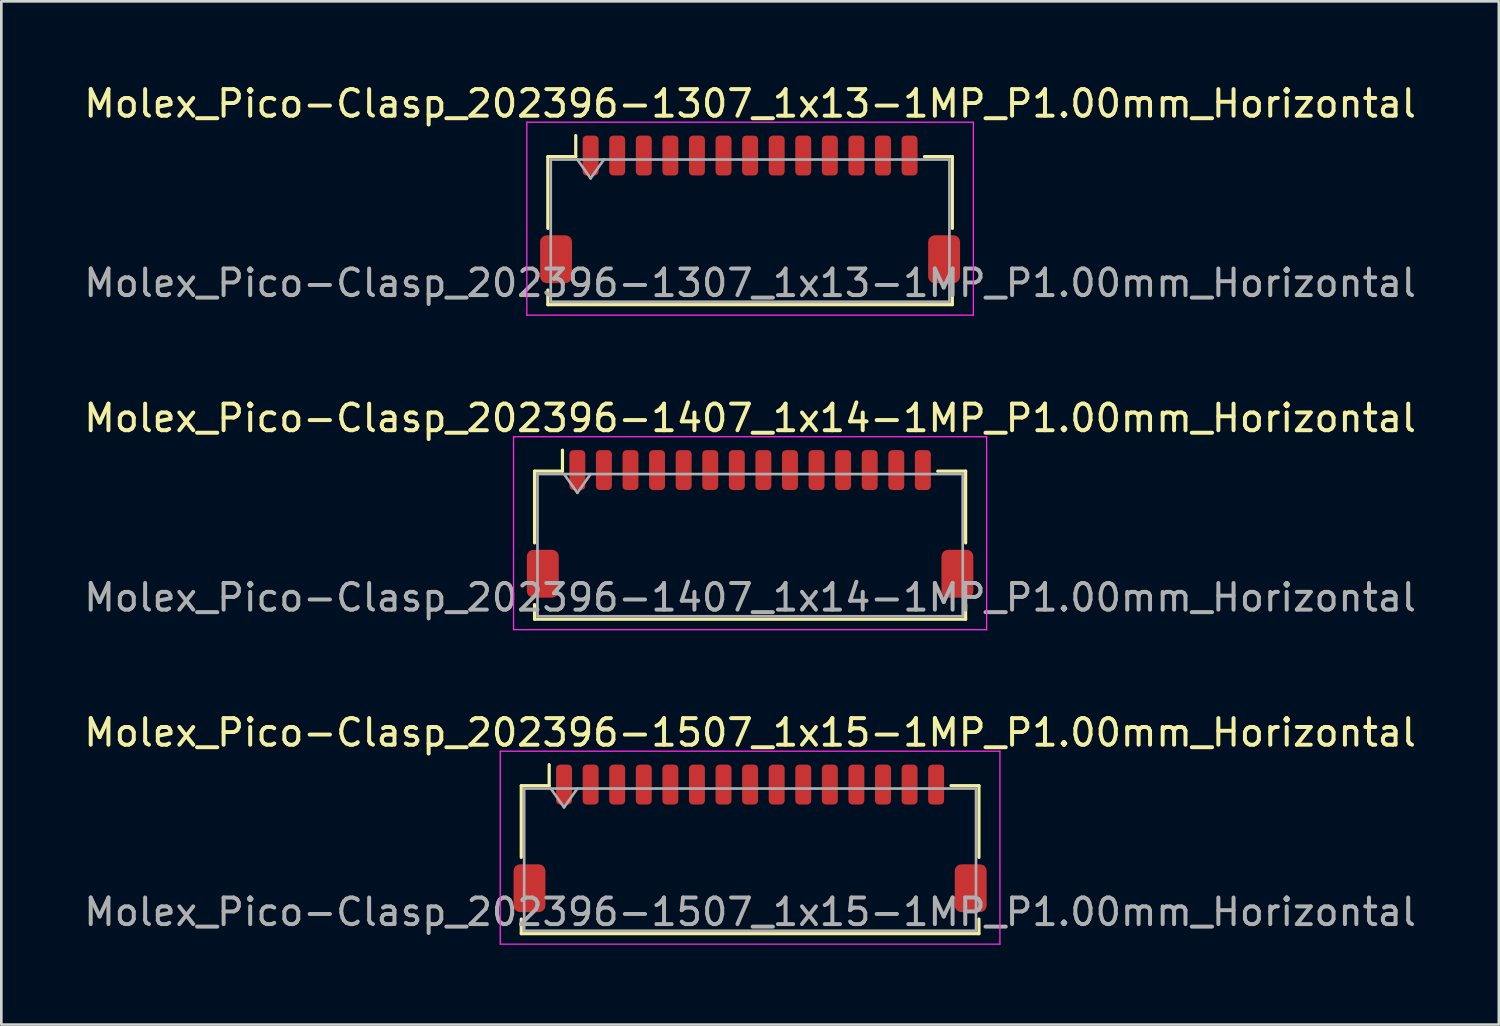
<source format=kicad_pcb>
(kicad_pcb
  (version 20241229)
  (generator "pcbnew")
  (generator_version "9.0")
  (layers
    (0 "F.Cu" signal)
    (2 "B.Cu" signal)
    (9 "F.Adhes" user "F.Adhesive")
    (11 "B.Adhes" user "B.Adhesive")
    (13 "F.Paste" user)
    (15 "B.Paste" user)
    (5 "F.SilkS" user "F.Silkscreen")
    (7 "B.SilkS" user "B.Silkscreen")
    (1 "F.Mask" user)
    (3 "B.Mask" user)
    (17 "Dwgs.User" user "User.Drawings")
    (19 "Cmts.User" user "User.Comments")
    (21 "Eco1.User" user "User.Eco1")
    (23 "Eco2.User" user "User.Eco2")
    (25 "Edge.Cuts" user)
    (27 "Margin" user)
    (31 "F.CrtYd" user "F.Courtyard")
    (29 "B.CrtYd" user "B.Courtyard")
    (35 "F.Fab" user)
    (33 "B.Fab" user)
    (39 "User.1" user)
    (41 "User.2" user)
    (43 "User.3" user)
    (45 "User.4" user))
  (footprint "Molex_Pico-Clasp_202396-1507_1x15-1MP_P1.00mm_Horizontal"
    (layer "F.Cu")
    (at 25.173 28.495)
    (property "Reference" "Molex_Pico-Clasp_202396-1507_1x15-1MP_P1.00mm_Horizontal" (at 0 -3.98 0) (layer "F.SilkS") (effects (font (size 1 1) (thickness 0.15))))
    (attr smd)
    (fp_line (start -8.61 -1.985) (end -7.56 -1.985) (stroke (width 0.12) (type solid)) (layer "F.SilkS"))
    (fp_line (start -8.61 0.715) (end -8.61 -1.985) (stroke (width 0.12) (type solid)) (layer "F.SilkS"))
    (fp_line (start -8.61 3.035) (end -8.61 3.585) (stroke (width 0.12) (type solid)) (layer "F.SilkS"))
    (fp_line (start -8.61 3.585) (end 8.61 3.585) (stroke (width 0.12) (type solid)) (layer "F.SilkS"))
    (fp_line (start -7.56 -1.985) (end -7.56 -2.775) (stroke (width 0.12) (type solid)) (layer "F.SilkS"))
    (fp_line (start 8.61 -1.985) (end 7.56 -1.985) (stroke (width 0.12) (type solid)) (layer "F.SilkS"))
    (fp_line (start 8.61 0.715) (end 8.61 -1.985) (stroke (width 0.12) (type solid)) (layer "F.SilkS"))
    (fp_line (start 8.61 3.585) (end 8.61 3.035) (stroke (width 0.12) (type solid)) (layer "F.SilkS"))
    (fp_line (start -9.4 -3.28) (end -9.4 3.98) (stroke (width 0.05) (type solid)) (layer "F.CrtYd"))
    (fp_line (start -9.4 3.98) (end 9.4 3.98) (stroke (width 0.05) (type solid)) (layer "F.CrtYd"))
    (fp_line (start 9.4 -3.28) (end -9.4 -3.28) (stroke (width 0.05) (type solid)) (layer "F.CrtYd"))
    (fp_line (start 9.4 3.98) (end 9.4 -3.28) (stroke (width 0.05) (type solid)) (layer "F.CrtYd"))
    (fp_line (start -8.5 -1.875) (end -8.5 3.475) (stroke (width 0.1) (type solid)) (layer "F.Fab"))
    (fp_line (start -8.5 -1.875) (end 8.5 -1.875) (stroke (width 0.1) (type solid)) (layer "F.Fab"))
    (fp_line (start -8.5 3.475) (end 8.5 3.475) (stroke (width 0.1) (type solid)) (layer "F.Fab"))
    (fp_line (start -7.5 -1.875) (end -7 -1.168) (stroke (width 0.1) (type solid)) (layer "F.Fab"))
    (fp_line (start -7 -1.168) (end -6.5 -1.875) (stroke (width 0.1) (type solid)) (layer "F.Fab"))
    (fp_line (start 8.5 -1.875) (end 8.5 3.475) (stroke (width 0.1) (type solid)) (layer "F.Fab"))
    (fp_text user "${REFERENCE}" (at 0 2.77 0) (layer "F.Fab") (effects (font (size 1 1) (thickness 0.15))))
    (pad "1" smd roundrect (at -7 -2.025) (size 0.6 1.5) (layers "F.Cu" "F.Mask" "F.Paste") (roundrect_rratio 0.25))
    (pad "2" smd roundrect (at -6 -2.025) (size 0.6 1.5) (layers "F.Cu" "F.Mask" "F.Paste") (roundrect_rratio 0.25))
    (pad "3" smd roundrect (at -5 -2.025) (size 0.6 1.5) (layers "F.Cu" "F.Mask" "F.Paste") (roundrect_rratio 0.25))
    (pad "4" smd roundrect (at -4 -2.025) (size 0.6 1.5) (layers "F.Cu" "F.Mask" "F.Paste") (roundrect_rratio 0.25))
    (pad "5" smd roundrect (at -3 -2.025) (size 0.6 1.5) (layers "F.Cu" "F.Mask" "F.Paste") (roundrect_rratio 0.25))
    (pad "6" smd roundrect (at -2 -2.025) (size 0.6 1.5) (layers "F.Cu" "F.Mask" "F.Paste") (roundrect_rratio 0.25))
    (pad "7" smd roundrect (at -1 -2.025) (size 0.6 1.5) (layers "F.Cu" "F.Mask" "F.Paste") (roundrect_rratio 0.25))
    (pad "8" smd roundrect (at 0 -2.025) (size 0.6 1.5) (layers "F.Cu" "F.Mask" "F.Paste") (roundrect_rratio 0.25))
    (pad "9" smd roundrect (at 1 -2.025) (size 0.6 1.5) (layers "F.Cu" "F.Mask" "F.Paste") (roundrect_rratio 0.25))
    (pad "10" smd roundrect (at 2 -2.025) (size 0.6 1.5) (layers "F.Cu" "F.Mask" "F.Paste") (roundrect_rratio 0.25))
    (pad "11" smd roundrect (at 3 -2.025) (size 0.6 1.5) (layers "F.Cu" "F.Mask" "F.Paste") (roundrect_rratio 0.25))
    (pad "12" smd roundrect (at 4 -2.025) (size 0.6 1.5) (layers "F.Cu" "F.Mask" "F.Paste") (roundrect_rratio 0.25))
    (pad "13" smd roundrect (at 5 -2.025) (size 0.6 1.5) (layers "F.Cu" "F.Mask" "F.Paste") (roundrect_rratio 0.25))
    (pad "14" smd roundrect (at 6 -2.025) (size 0.6 1.5) (layers "F.Cu" "F.Mask" "F.Paste") (roundrect_rratio 0.25))
    (pad "15" smd roundrect (at 7 -2.025) (size 0.6 1.5) (layers "F.Cu" "F.Mask" "F.Paste") (roundrect_rratio 0.25))
    (pad "MP" smd roundrect (at -8.3 1.875) (size 1.2 1.8) (layers "F.Cu" "F.Mask" "F.Paste") (roundrect_rratio 0.208))
    (pad "MP" smd roundrect (at 8.3 1.875) (size 1.2 1.8) (layers "F.Cu" "F.Mask" "F.Paste") (roundrect_rratio 0.208)))
  (footprint "Molex_Pico-Clasp_202396-1307_1x13-1MP_P1.00mm_Horizontal"
    (layer "F.Cu")
    (at 25.173 4.828)
    (property "Reference" "Molex_Pico-Clasp_202396-1307_1x13-1MP_P1.00mm_Horizontal" (at 0 -3.98 0) (layer "F.SilkS") (effects (font (size 1 1) (thickness 0.15))))
    (attr smd)
    (fp_line (start -7.61 -1.985) (end -6.56 -1.985) (stroke (width 0.12) (type solid)) (layer "F.SilkS"))
    (fp_line (start -7.61 0.715) (end -7.61 -1.985) (stroke (width 0.12) (type solid)) (layer "F.SilkS"))
    (fp_line (start -7.61 3.035) (end -7.61 3.585) (stroke (width 0.12) (type solid)) (layer "F.SilkS"))
    (fp_line (start -7.61 3.585) (end 7.61 3.585) (stroke (width 0.12) (type solid)) (layer "F.SilkS"))
    (fp_line (start -6.56 -1.985) (end -6.56 -2.775) (stroke (width 0.12) (type solid)) (layer "F.SilkS"))
    (fp_line (start 7.61 -1.985) (end 6.56 -1.985) (stroke (width 0.12) (type solid)) (layer "F.SilkS"))
    (fp_line (start 7.61 0.715) (end 7.61 -1.985) (stroke (width 0.12) (type solid)) (layer "F.SilkS"))
    (fp_line (start 7.61 3.585) (end 7.61 3.035) (stroke (width 0.12) (type solid)) (layer "F.SilkS"))
    (fp_line (start -8.4 -3.28) (end -8.4 3.98) (stroke (width 0.05) (type solid)) (layer "F.CrtYd"))
    (fp_line (start -8.4 3.98) (end 8.4 3.98) (stroke (width 0.05) (type solid)) (layer "F.CrtYd"))
    (fp_line (start 8.4 -3.28) (end -8.4 -3.28) (stroke (width 0.05) (type solid)) (layer "F.CrtYd"))
    (fp_line (start 8.4 3.98) (end 8.4 -3.28) (stroke (width 0.05) (type solid)) (layer "F.CrtYd"))
    (fp_line (start -7.5 -1.875) (end -7.5 3.475) (stroke (width 0.1) (type solid)) (layer "F.Fab"))
    (fp_line (start -7.5 -1.875) (end 7.5 -1.875) (stroke (width 0.1) (type solid)) (layer "F.Fab"))
    (fp_line (start -7.5 3.475) (end 7.5 3.475) (stroke (width 0.1) (type solid)) (layer "F.Fab"))
    (fp_line (start -6.5 -1.875) (end -6 -1.168) (stroke (width 0.1) (type solid)) (layer "F.Fab"))
    (fp_line (start -6 -1.168) (end -5.5 -1.875) (stroke (width 0.1) (type solid)) (layer "F.Fab"))
    (fp_line (start 7.5 -1.875) (end 7.5 3.475) (stroke (width 0.1) (type solid)) (layer "F.Fab"))
    (fp_text user "${REFERENCE}" (at 0 2.77 0) (layer "F.Fab") (effects (font (size 1 1) (thickness 0.15))))
    (pad "1" smd roundrect (at -6 -2.025) (size 0.6 1.5) (layers "F.Cu" "F.Mask" "F.Paste") (roundrect_rratio 0.25))
    (pad "2" smd roundrect (at -5 -2.025) (size 0.6 1.5) (layers "F.Cu" "F.Mask" "F.Paste") (roundrect_rratio 0.25))
    (pad "3" smd roundrect (at -4 -2.025) (size 0.6 1.5) (layers "F.Cu" "F.Mask" "F.Paste") (roundrect_rratio 0.25))
    (pad "4" smd roundrect (at -3 -2.025) (size 0.6 1.5) (layers "F.Cu" "F.Mask" "F.Paste") (roundrect_rratio 0.25))
    (pad "5" smd roundrect (at -2 -2.025) (size 0.6 1.5) (layers "F.Cu" "F.Mask" "F.Paste") (roundrect_rratio 0.25))
    (pad "6" smd roundrect (at -1 -2.025) (size 0.6 1.5) (layers "F.Cu" "F.Mask" "F.Paste") (roundrect_rratio 0.25))
    (pad "7" smd roundrect (at 0 -2.025) (size 0.6 1.5) (layers "F.Cu" "F.Mask" "F.Paste") (roundrect_rratio 0.25))
    (pad "8" smd roundrect (at 1 -2.025) (size 0.6 1.5) (layers "F.Cu" "F.Mask" "F.Paste") (roundrect_rratio 0.25))
    (pad "9" smd roundrect (at 2 -2.025) (size 0.6 1.5) (layers "F.Cu" "F.Mask" "F.Paste") (roundrect_rratio 0.25))
    (pad "10" smd roundrect (at 3 -2.025) (size 0.6 1.5) (layers "F.Cu" "F.Mask" "F.Paste") (roundrect_rratio 0.25))
    (pad "11" smd roundrect (at 4 -2.025) (size 0.6 1.5) (layers "F.Cu" "F.Mask" "F.Paste") (roundrect_rratio 0.25))
    (pad "12" smd roundrect (at 5 -2.025) (size 0.6 1.5) (layers "F.Cu" "F.Mask" "F.Paste") (roundrect_rratio 0.25))
    (pad "13" smd roundrect (at 6 -2.025) (size 0.6 1.5) (layers "F.Cu" "F.Mask" "F.Paste") (roundrect_rratio 0.25))
    (pad "MP" smd roundrect (at -7.3 1.875) (size 1.2 1.8) (layers "F.Cu" "F.Mask" "F.Paste") (roundrect_rratio 0.208))
    (pad "MP" smd roundrect (at 7.3 1.875) (size 1.2 1.8) (layers "F.Cu" "F.Mask" "F.Paste") (roundrect_rratio 0.208)))
  (footprint "Molex_Pico-Clasp_202396-1407_1x14-1MP_P1.00mm_Horizontal"
    (layer "F.Cu")
    (at 25.173 16.662)
    (property "Reference" "Molex_Pico-Clasp_202396-1407_1x14-1MP_P1.00mm_Horizontal" (at 0 -3.98 0) (layer "F.SilkS") (effects (font (size 1 1) (thickness 0.15))))
    (attr smd)
    (fp_line (start -8.11 -1.985) (end -7.06 -1.985) (stroke (width 0.12) (type solid)) (layer "F.SilkS"))
    (fp_line (start -8.11 0.715) (end -8.11 -1.985) (stroke (width 0.12) (type solid)) (layer "F.SilkS"))
    (fp_line (start -8.11 3.035) (end -8.11 3.585) (stroke (width 0.12) (type solid)) (layer "F.SilkS"))
    (fp_line (start -8.11 3.585) (end 8.11 3.585) (stroke (width 0.12) (type solid)) (layer "F.SilkS"))
    (fp_line (start -7.06 -1.985) (end -7.06 -2.775) (stroke (width 0.12) (type solid)) (layer "F.SilkS"))
    (fp_line (start 8.11 -1.985) (end 7.06 -1.985) (stroke (width 0.12) (type solid)) (layer "F.SilkS"))
    (fp_line (start 8.11 0.715) (end 8.11 -1.985) (stroke (width 0.12) (type solid)) (layer "F.SilkS"))
    (fp_line (start 8.11 3.585) (end 8.11 3.035) (stroke (width 0.12) (type solid)) (layer "F.SilkS"))
    (fp_line (start -8.9 -3.28) (end -8.9 3.98) (stroke (width 0.05) (type solid)) (layer "F.CrtYd"))
    (fp_line (start -8.9 3.98) (end 8.9 3.98) (stroke (width 0.05) (type solid)) (layer "F.CrtYd"))
    (fp_line (start 8.9 -3.28) (end -8.9 -3.28) (stroke (width 0.05) (type solid)) (layer "F.CrtYd"))
    (fp_line (start 8.9 3.98) (end 8.9 -3.28) (stroke (width 0.05) (type solid)) (layer "F.CrtYd"))
    (fp_line (start -8 -1.875) (end -8 3.475) (stroke (width 0.1) (type solid)) (layer "F.Fab"))
    (fp_line (start -8 -1.875) (end 8 -1.875) (stroke (width 0.1) (type solid)) (layer "F.Fab"))
    (fp_line (start -8 3.475) (end 8 3.475) (stroke (width 0.1) (type solid)) (layer "F.Fab"))
    (fp_line (start -7 -1.875) (end -6.5 -1.168) (stroke (width 0.1) (type solid)) (layer "F.Fab"))
    (fp_line (start -6.5 -1.168) (end -6 -1.875) (stroke (width 0.1) (type solid)) (layer "F.Fab"))
    (fp_line (start 8 -1.875) (end 8 3.475) (stroke (width 0.1) (type solid)) (layer "F.Fab"))
    (fp_text user "${REFERENCE}" (at 0 2.77 0) (layer "F.Fab") (effects (font (size 1 1) (thickness 0.15))))
    (pad "1" smd roundrect (at -6.5 -2.025) (size 0.6 1.5) (layers "F.Cu" "F.Mask" "F.Paste") (roundrect_rratio 0.25))
    (pad "2" smd roundrect (at -5.5 -2.025) (size 0.6 1.5) (layers "F.Cu" "F.Mask" "F.Paste") (roundrect_rratio 0.25))
    (pad "3" smd roundrect (at -4.5 -2.025) (size 0.6 1.5) (layers "F.Cu" "F.Mask" "F.Paste") (roundrect_rratio 0.25))
    (pad "4" smd roundrect (at -3.5 -2.025) (size 0.6 1.5) (layers "F.Cu" "F.Mask" "F.Paste") (roundrect_rratio 0.25))
    (pad "5" smd roundrect (at -2.5 -2.025) (size 0.6 1.5) (layers "F.Cu" "F.Mask" "F.Paste") (roundrect_rratio 0.25))
    (pad "6" smd roundrect (at -1.5 -2.025) (size 0.6 1.5) (layers "F.Cu" "F.Mask" "F.Paste") (roundrect_rratio 0.25))
    (pad "7" smd roundrect (at -0.5 -2.025) (size 0.6 1.5) (layers "F.Cu" "F.Mask" "F.Paste") (roundrect_rratio 0.25))
    (pad "8" smd roundrect (at 0.5 -2.025) (size 0.6 1.5) (layers "F.Cu" "F.Mask" "F.Paste") (roundrect_rratio 0.25))
    (pad "9" smd roundrect (at 1.5 -2.025) (size 0.6 1.5) (layers "F.Cu" "F.Mask" "F.Paste") (roundrect_rratio 0.25))
    (pad "10" smd roundrect (at 2.5 -2.025) (size 0.6 1.5) (layers "F.Cu" "F.Mask" "F.Paste") (roundrect_rratio 0.25))
    (pad "11" smd roundrect (at 3.5 -2.025) (size 0.6 1.5) (layers "F.Cu" "F.Mask" "F.Paste") (roundrect_rratio 0.25))
    (pad "12" smd roundrect (at 4.5 -2.025) (size 0.6 1.5) (layers "F.Cu" "F.Mask" "F.Paste") (roundrect_rratio 0.25))
    (pad "13" smd roundrect (at 5.5 -2.025) (size 0.6 1.5) (layers "F.Cu" "F.Mask" "F.Paste") (roundrect_rratio 0.25))
    (pad "14" smd roundrect (at 6.5 -2.025) (size 0.6 1.5) (layers "F.Cu" "F.Mask" "F.Paste") (roundrect_rratio 0.25))
    (pad "MP" smd roundrect (at -7.8 1.875) (size 1.2 1.8) (layers "F.Cu" "F.Mask" "F.Paste") (roundrect_rratio 0.208))
    (pad "MP" smd roundrect (at 7.8 1.875) (size 1.2 1.8) (layers "F.Cu" "F.Mask" "F.Paste") (roundrect_rratio 0.208)))
  (gr_rect
    (start -3 -3)
    (end 53.345 35.5)
    (stroke (width 0.1) (type default))
    (fill no)
    (layer "Edge.Cuts")))
</source>
